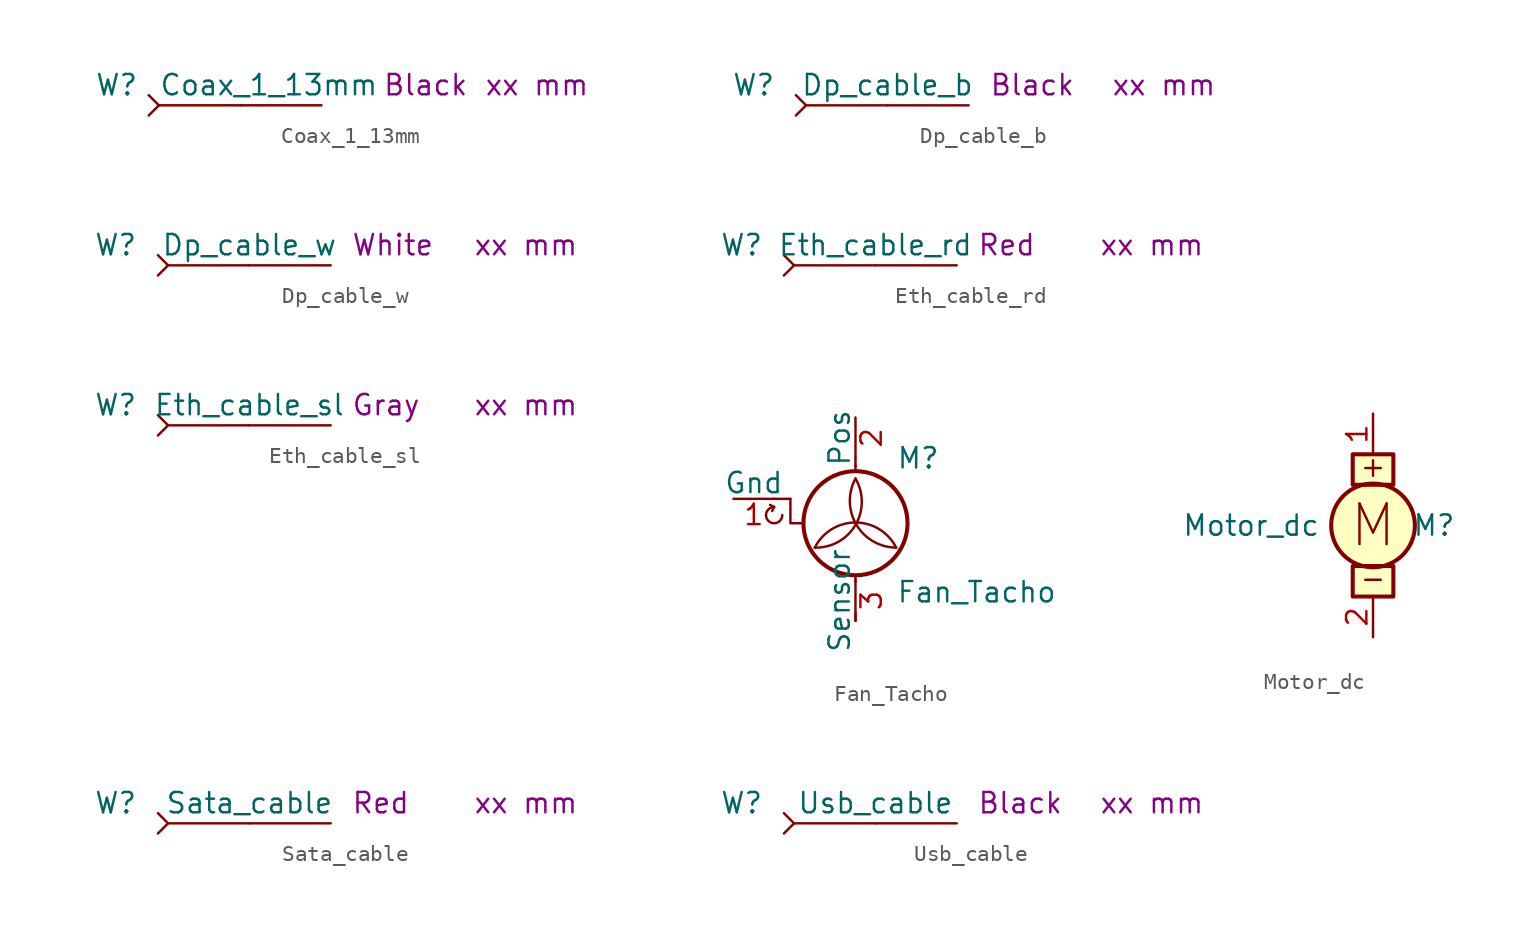
<source format=kicad_sym>
(kicad_symbol_lib
  (version 20211014)
  (generator kicad_symbol_editor)
  (symbol "Coax_1_13mm"
    (pin_numbers hide)
    (pin_names
      (offset 0) hide)
    (property "Reference" "W"
      (at -6.35 1.27 0)
      (effects (font (size 1.27 1.27)) (justify right)))
    (property "Value" "Coax_1_13mm"
      (at -5.08 1.27 0)
      (effects (font (size 1.27 1.27)) (justify left)))
    (property "Color" "Black"
      (at 8.89 1.27 0)
      (effects (font (size 1.27 1.27)) (justify left)))
    (property "Length" "xx mm"
      (at 15.24 1.27 0)
      (effects (font (size 1.27 1.27)) (justify left)))
    (symbol "Coax_1_13mm_0_1"
      (polyline (pts (xy -5.715 0.635) (xy -5.08 0) (xy -5.715 -0.635)) (stroke (width 0) (type default) (color 0 0 0 0)) (fill (type none))))
    (symbol "Coax_1_13mm_1_1"
      (pin bidirectional line (at -5.08 0 0) (length 5.08) (name "X" (effects (font (size 1.27 1.27)))) (number "1" (effects (font (size 1.27 1.27)))))
      (pin bidirectional line (at 5.08 0 180) (length 5.08) (name "Y" (effects (font (size 1.27 1.27)))) (number "2" (effects (font (size 1.27 1.27)))))))
  (symbol "Dp_cable_b"
    (pin_numbers hide)
    (pin_names
      (offset 0) hide)
    (property "Reference" "W"
      (at -6.985 1.27 0)
      (effects (font (size 1.27 1.27)) (justify right)))
    (property "Value" "Dp_cable_b"
      (at 0 1.27 0)
      (effects (font (size 1.27 1.27))))
    (property "Color" "Black"
      (at 6.35 1.27 0)
      (effects (font (size 1.27 1.27)) (justify left)))
    (property "Length" "xx mm"
      (at 13.97 1.27 0)
      (effects (font (size 1.27 1.27)) (justify left)))
    (symbol "Dp_cable_b_0_1"
      (polyline (pts (xy -5.715 0.635) (xy -5.08 0) (xy -5.715 -0.635)) (stroke (width 0) (type default) (color 0 0 0 0)) (fill (type none))))
    (symbol "Dp_cable_b_1_1"
      (pin bidirectional line (at -5.08 0 0) (length 5.08) (name "X" (effects (font (size 1.27 1.27)))) (number "1" (effects (font (size 1.27 1.27)))))
      (pin bidirectional line (at 5.08 0 180) (length 5.08) (name "Y" (effects (font (size 1.27 1.27)))) (number "2" (effects (font (size 1.27 1.27)))))))
  (symbol "Dp_cable_w"
    (pin_numbers hide)
    (pin_names
      (offset 0) hide)
    (property "Reference" "W"
      (at -6.985 1.27 0)
      (effects (font (size 1.27 1.27)) (justify right)))
    (property "Value" "Dp_cable_w"
      (at 0 1.27 0)
      (effects (font (size 1.27 1.27))))
    (property "Color" "White"
      (at 6.35 1.27 0)
      (effects (font (size 1.27 1.27)) (justify left)))
    (property "Length" "xx mm"
      (at 13.97 1.27 0)
      (effects (font (size 1.27 1.27)) (justify left)))
    (symbol "Dp_cable_w_0_1"
      (polyline (pts (xy -5.715 0.635) (xy -5.08 0) (xy -5.715 -0.635)) (stroke (width 0) (type default) (color 0 0 0 0)) (fill (type none))))
    (symbol "Dp_cable_w_1_1"
      (pin bidirectional line (at -5.08 0 0) (length 5.08) (name "X" (effects (font (size 1.27 1.27)))) (number "1" (effects (font (size 1.27 1.27)))))
      (pin bidirectional line (at 5.08 0 180) (length 5.08) (name "Y" (effects (font (size 1.27 1.27)))) (number "2" (effects (font (size 1.27 1.27)))))))
  (symbol "Eth_cable_rd"
    (pin_numbers hide)
    (pin_names
      (offset 0) hide)
    (property "Reference" "W"
      (at -1.905 1.27 0)
      (effects (font (size 1.27 1.27)) (justify right)))
    (property "Value" "Eth_cable_rd"
      (at 5.08 1.27 0)
      (effects (font (size 1.27 1.27))))
    (property "Color" "Red"
      (at 11.43 1.27 0)
      (effects (font (size 1.27 1.27)) (justify left)))
    (property "Length" "xx mm"
      (at 19.05 1.27 0)
      (effects (font (size 1.27 1.27)) (justify left)))
    (symbol "Eth_cable_rd_0_1"
      (polyline (pts (xy -0.635 0.635) (xy 0 0) (xy -0.635 -0.635)) (stroke (width 0) (type default) (color 0 0 0 0)) (fill (type none))))
    (symbol "Eth_cable_rd_1_1"
      (pin bidirectional line (at 0 0 0) (length 5.08) (name "X" (effects (font (size 1.27 1.27)))) (number "1" (effects (font (size 1.27 1.27)))))
      (pin bidirectional line (at 10.16 0 180) (length 5.08) (name "Y" (effects (font (size 1.27 1.27)))) (number "2" (effects (font (size 1.27 1.27)))))))
  (symbol "Eth_cable_sl"
    (pin_numbers hide)
    (pin_names
      (offset 0) hide)
    (property "Reference" "W"
      (at -1.905 1.27 0)
      (effects (font (size 1.27 1.27)) (justify right)))
    (property "Value" "Eth_cable_sl"
      (at 5.08 1.27 0)
      (effects (font (size 1.27 1.27))))
    (property "Color" "Gray"
      (at 11.43 1.27 0)
      (effects (font (size 1.27 1.27)) (justify left)))
    (property "Length" "xx mm"
      (at 19.05 1.27 0)
      (effects (font (size 1.27 1.27)) (justify left)))
    (symbol "Eth_cable_sl_0_1"
      (polyline (pts (xy -0.635 0.635) (xy 0 0) (xy -0.635 -0.635)) (stroke (width 0) (type default) (color 0 0 0 0)) (fill (type none))))
    (symbol "Eth_cable_sl_1_1"
      (pin bidirectional line (at 0 0 0) (length 5.08) (name "X" (effects (font (size 1.27 1.27)))) (number "1" (effects (font (size 1.27 1.27)))))
      (pin bidirectional line (at 10.16 0 180) (length 5.08) (name "Y" (effects (font (size 1.27 1.27)))) (number "2" (effects (font (size 1.27 1.27)))))))
  (symbol "Fan_Tacho"
    (pin_names
      (offset 0))
    (property "Reference" "M"
      (at 2.54 2.54 0)
      (effects (font (size 1.27 1.27)) (justify left)))
    (property "Value" "Fan_Tacho"
      (at 2.54 -5.08 0)
      (effects (font (size 1.27 1.27)) (justify left top)))
    (symbol "Fan_Tacho_0_0"
      (arc (start -5.588 -1.016) (mid -5.08 -1.524) (end -4.572 -1.016) (stroke (width 0) (type default) (color 0 0 0 0)) (fill (type none)))
      (arc (start -5.08 -0.508) (mid -5.4392 -0.6568) (end -5.588 -1.016) (stroke (width 0) (type default) (color 0 0 0 0)) (fill (type none)))
      (polyline (pts (xy -5.08 -0.508) (xy -5.334 -0.381)) (stroke (width 0) (type default) (color 0 0 0 0)) (fill (type none)))
      (polyline (pts (xy -5.08 -0.508) (xy -5.207 -0.762)) (stroke (width 0) (type default) (color 0 0 0 0)) (fill (type none)))
      (polyline (pts (xy -4.064 0) (xy -4.064 -1.524) (xy -3.302 -1.524)) (stroke (width 0) (type default) (color 0 0 0 0)) (fill (type none))))
    (symbol "Fan_Tacho_0_1"
      (arc (start -2.54 -3.048) (mid -0.0014 -1.6352) (end 0 1.27) (stroke (width 0) (type default) (color 0 0 0 0)) (fill (type none)))
      (circle (center 0 -1.524) (radius 3.251) (stroke (width 0.254) (type default) (color 0 0 0 0)) (fill (type none)))
      (polyline (pts (xy -4.064 0) (xy -5.08 0)) (stroke (width 0) (type default) (color 0 0 0 0)) (fill (type none)))
      (polyline (pts (xy 0 -7.62) (xy 0 -7.112)) (stroke (width 0) (type default) (color 0 0 0 0)) (fill (type none)))
      (polyline (pts (xy 0 -4.775) (xy 0 -5.182)) (stroke (width 0) (type default) (color 0 0 0 0)) (fill (type none)))
      (polyline (pts (xy 0 1.727) (xy 0 2.083)) (stroke (width 0) (type default) (color 0 0 0 0)) (fill (type none)))
      (polyline (pts (xy 0 2.032) (xy 0 2.54)) (stroke (width 0) (type default) (color 0 0 0 0)) (fill (type none)))
      (arc (start 0 1.27) (mid 0.0468 -1.6085) (end 2.54 -3.048) (stroke (width 0) (type default) (color 0 0 0 0)) (fill (type none)))
      (arc (start 2.54 -3.048) (mid 0 -1.4782) (end -2.54 -3.048) (stroke (width 0) (type default) (color 0 0 0 0)) (fill (type none))))
    (symbol "Fan_Tacho_1_1"
      (pin passive line (at -7.62 0 0) (length 2.54) (name "Gnd" (effects (font (size 1.27 1.27)))) (number "1" (effects (font (size 1.27 1.27)))))
      (pin passive line (at 0 5.08 270) (length 2.54) (name "Pos" (effects (font (size 1.27 1.27)))) (number "2" (effects (font (size 1.27 1.27)))))
      (pin passive line (at 0 -7.62 90) (length 2.54) (name "Sensor" (effects (font (size 1.27 1.27)))) (number "3" (effects (font (size 1.27 1.27)))))))
  (symbol "Motor_dc"
    (pin_names
      (offset 1.016) hide)
    (property "Reference" "M"
      (at 3.81 0 0)
      (effects (font (size 1.27 1.27))))
    (property "Value" "Motor_dc"
      (at -7.62 0 0)
      (effects (font (size 1.27 1.27))))
    (symbol "Motor_dc_0_0"
      (rectangle (start -1.27 -2.54) (end 1.27 -4.445) (stroke (width 0.254) (type default) (color 0 0 0 0)) (fill (type background)))
      (rectangle (start -1.27 2.54) (end 1.27 4.445) (stroke (width 0.254) (type default) (color 0 0 0 0)) (fill (type background)))
      (circle (center 0 0) (radius 2.616) (stroke (width 0.254) (type default) (color 0 0 0 0)) (fill (type background)))
      (text "+" (at 0 3.683 0) (effects (font (size 1.27 1.27))))
      (text "-" (at 0 -3.302 0) (effects (font (size 1.27 1.27))))
      (text "M" (at 0 0 0) (effects (font (size 2.54 2.54)))))
    (symbol "Motor_dc_1_1"
      (pin passive line (at 0 6.985 270) (length 2.54) (name "Pin_1" (effects (font (size 1.27 1.27)))) (number "1" (effects (font (size 1.27 1.27)))))
      (pin passive line (at 0 -6.985 90) (length 2.54) (name "Pin_2" (effects (font (size 1.27 1.27)))) (number "2" (effects (font (size 1.27 1.27)))))))
  (symbol "Sata_cable"
    (pin_numbers hide)
    (pin_names
      (offset 0) hide)
    (property "Reference" "W"
      (at -6.985 1.27 0)
      (effects (font (size 1.27 1.27)) (justify right)))
    (property "Value" "Sata_cable"
      (at 0 1.27 0)
      (effects (font (size 1.27 1.27))))
    (property "Color" "Red"
      (at 6.35 1.27 0)
      (effects (font (size 1.27 1.27)) (justify left)))
    (property "Length" "xx mm"
      (at 13.97 1.27 0)
      (effects (font (size 1.27 1.27)) (justify left)))
    (symbol "Sata_cable_0_1"
      (polyline (pts (xy -5.715 0.635) (xy -5.08 0) (xy -5.715 -0.635)) (stroke (width 0) (type default) (color 0 0 0 0)) (fill (type none))))
    (symbol "Sata_cable_1_1"
      (pin bidirectional line (at -5.08 0 0) (length 5.08) (name "X" (effects (font (size 1.27 1.27)))) (number "1" (effects (font (size 1.27 1.27)))))
      (pin bidirectional line (at 5.08 0 180) (length 5.08) (name "Y" (effects (font (size 1.27 1.27)))) (number "2" (effects (font (size 1.27 1.27)))))))
  (symbol "Usb_cable"
    (pin_numbers hide)
    (pin_names
      (offset 0) hide)
    (property "Reference" "W"
      (at -6.985 1.27 0)
      (effects (font (size 1.27 1.27)) (justify right)))
    (property "Value" "Usb_cable"
      (at 0 1.27 0)
      (effects (font (size 1.27 1.27))))
    (property "Color" "Black"
      (at 6.35 1.27 0)
      (effects (font (size 1.27 1.27)) (justify left)))
    (property "Length" "xx mm"
      (at 13.97 1.27 0)
      (effects (font (size 1.27 1.27)) (justify left)))
    (symbol "Usb_cable_0_1"
      (polyline (pts (xy -5.715 0.635) (xy -5.08 0) (xy -5.715 -0.635)) (stroke (width 0) (type default) (color 0 0 0 0)) (fill (type none))))
    (symbol "Usb_cable_1_1"
      (pin bidirectional line (at -5.08 0 0) (length 5.08) (name "X" (effects (font (size 1.27 1.27)))) (number "1" (effects (font (size 1.27 1.27)))))
      (pin bidirectional line (at 5.08 0 180) (length 5.08) (name "Y" (effects (font (size 1.27 1.27)))) (number "2" (effects (font (size 1.27 1.27))))))))
</source>
